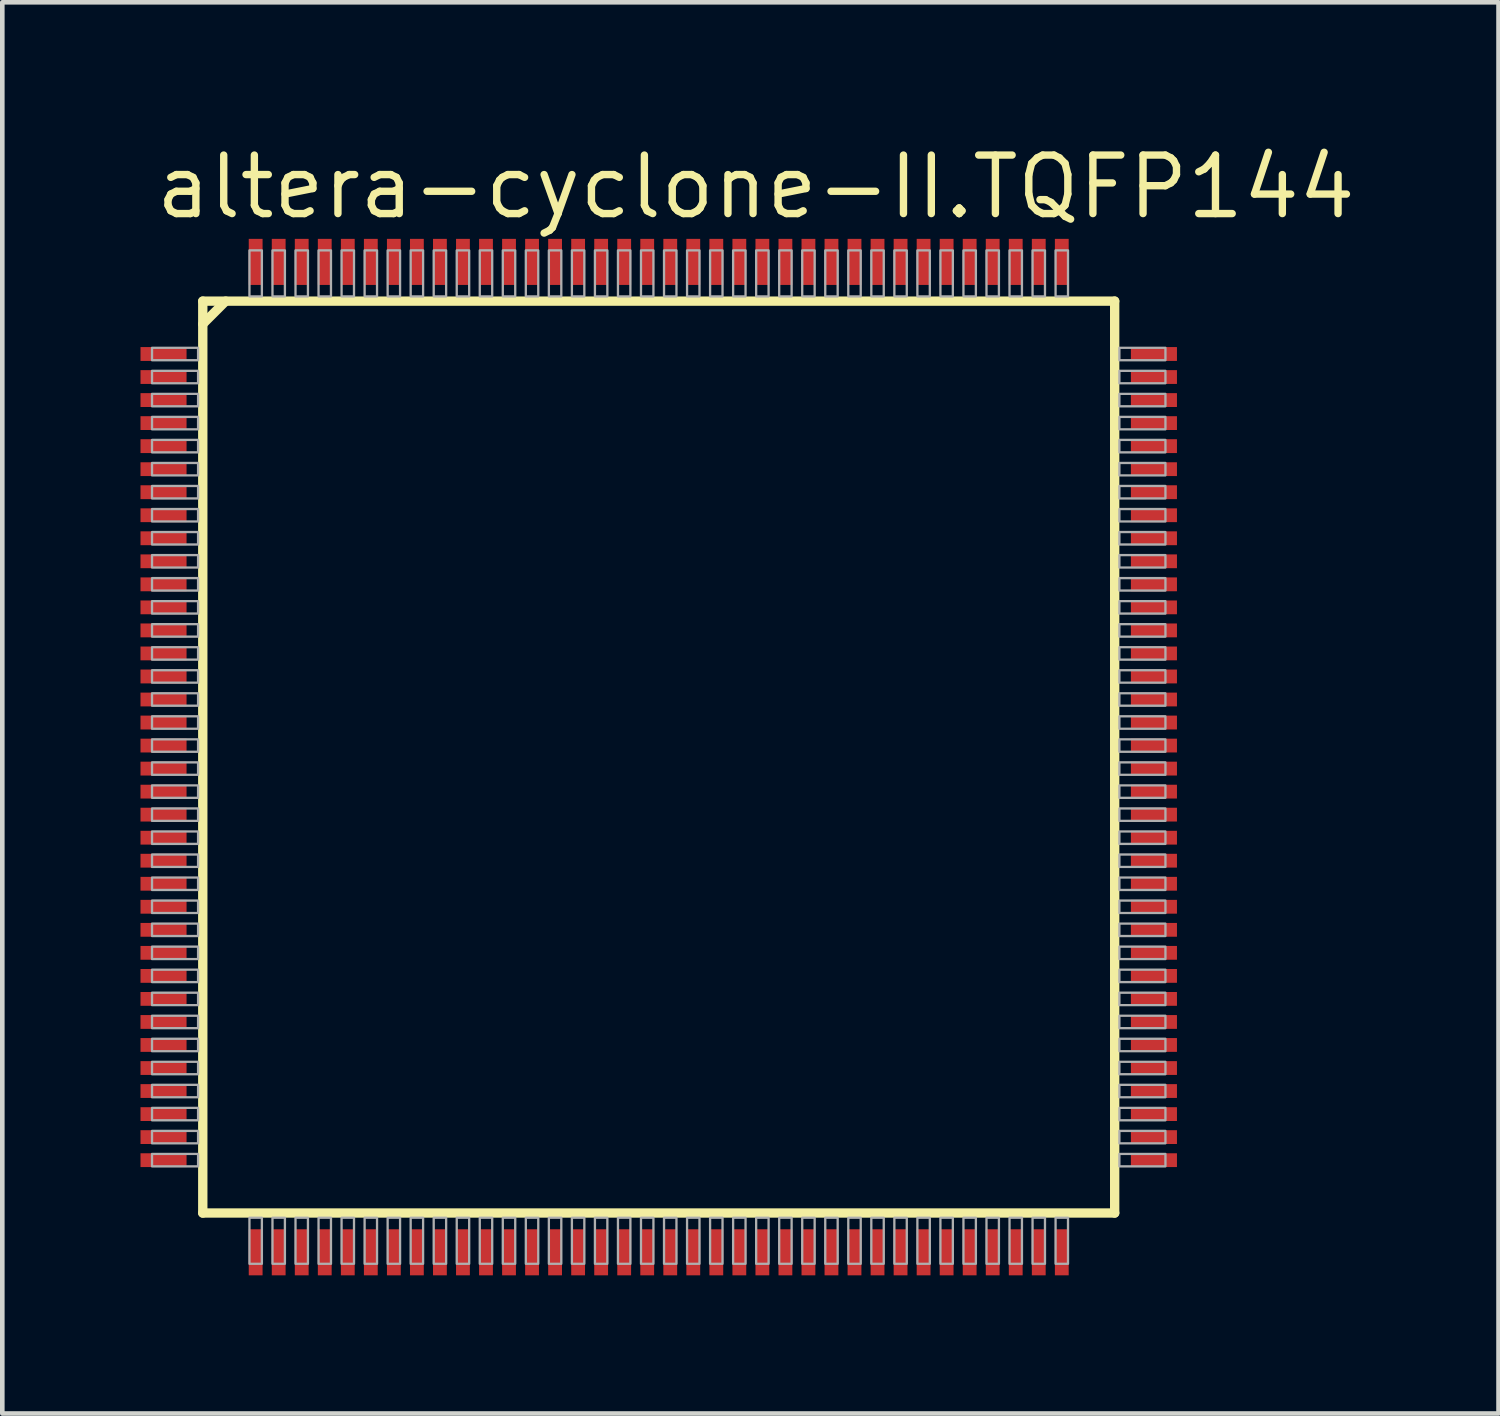
<source format=kicad_pcb>
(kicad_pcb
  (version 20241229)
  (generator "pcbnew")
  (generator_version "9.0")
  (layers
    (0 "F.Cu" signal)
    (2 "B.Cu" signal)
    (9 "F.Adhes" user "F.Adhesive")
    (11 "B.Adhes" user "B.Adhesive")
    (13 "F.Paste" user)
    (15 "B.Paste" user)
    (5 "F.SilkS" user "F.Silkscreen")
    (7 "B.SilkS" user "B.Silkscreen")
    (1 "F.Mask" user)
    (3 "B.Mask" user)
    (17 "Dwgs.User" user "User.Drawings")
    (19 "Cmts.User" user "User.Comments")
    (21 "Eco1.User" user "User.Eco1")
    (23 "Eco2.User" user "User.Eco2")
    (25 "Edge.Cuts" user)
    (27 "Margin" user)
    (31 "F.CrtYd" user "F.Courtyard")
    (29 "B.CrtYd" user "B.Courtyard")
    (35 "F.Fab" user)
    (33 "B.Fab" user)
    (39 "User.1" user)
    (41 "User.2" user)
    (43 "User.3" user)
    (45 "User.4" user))
  (footprint "altera-cyclone-II.TQFP144"
    (layer "F.Cu")
    (at 11.25 13.385)
    (property "Reference" "altera-cyclone-II.TQFP144" (at -11 -11.635 0) (layer "F.SilkS") (effects (font (size 1.27 1.27) (thickness 0.16)) (justify left bottom)))
    (attr smd)
    (fp_line (start -9.898 -9.898) (end -9.898 9.898) (stroke (width 0.203) (type default)) (layer "F.SilkS"))
    (fp_line (start -9.898 -9.4) (end -9.4 -9.898) (stroke (width 0.203) (type default)) (layer "F.SilkS"))
    (fp_line (start -9.898 9.898) (end 9.898 9.898) (stroke (width 0.203) (type default)) (layer "F.SilkS"))
    (fp_line (start 9.898 -9.898) (end -9.898 -9.898) (stroke (width 0.203) (type default)) (layer "F.SilkS"))
    (fp_line (start 9.898 9.898) (end 9.898 -9.898) (stroke (width 0.203) (type default)) (layer "F.SilkS"))
    (fp_rect (start -11 -8.615) (end -10 -8.885) (stroke (width 0.05) (type default)) (fill no) (layer "F.Fab"))
    (fp_rect (start -11 -8.115) (end -10 -8.385) (stroke (width 0.05) (type default)) (fill no) (layer "F.Fab"))
    (fp_rect (start -11 -7.615) (end -10 -7.885) (stroke (width 0.05) (type default)) (fill no) (layer "F.Fab"))
    (fp_rect (start -11 -7.115) (end -10 -7.385) (stroke (width 0.05) (type default)) (fill no) (layer "F.Fab"))
    (fp_rect (start -11 -6.615) (end -10 -6.885) (stroke (width 0.05) (type default)) (fill no) (layer "F.Fab"))
    (fp_rect (start -11 -6.115) (end -10 -6.385) (stroke (width 0.05) (type default)) (fill no) (layer "F.Fab"))
    (fp_rect (start -11 -5.615) (end -10 -5.885) (stroke (width 0.05) (type default)) (fill no) (layer "F.Fab"))
    (fp_rect (start -11 -5.115) (end -10 -5.385) (stroke (width 0.05) (type default)) (fill no) (layer "F.Fab"))
    (fp_rect (start -11 -4.615) (end -10 -4.885) (stroke (width 0.05) (type default)) (fill no) (layer "F.Fab"))
    (fp_rect (start -11 -4.115) (end -10 -4.385) (stroke (width 0.05) (type default)) (fill no) (layer "F.Fab"))
    (fp_rect (start -11 -3.615) (end -10 -3.885) (stroke (width 0.05) (type default)) (fill no) (layer "F.Fab"))
    (fp_rect (start -11 -3.115) (end -10 -3.385) (stroke (width 0.05) (type default)) (fill no) (layer "F.Fab"))
    (fp_rect (start -11 -2.615) (end -10 -2.885) (stroke (width 0.05) (type default)) (fill no) (layer "F.Fab"))
    (fp_rect (start -11 -2.115) (end -10 -2.385) (stroke (width 0.05) (type default)) (fill no) (layer "F.Fab"))
    (fp_rect (start -11 -1.615) (end -10 -1.885) (stroke (width 0.05) (type default)) (fill no) (layer "F.Fab"))
    (fp_rect (start -11 -1.115) (end -10 -1.385) (stroke (width 0.05) (type default)) (fill no) (layer "F.Fab"))
    (fp_rect (start -11 -0.615) (end -10 -0.885) (stroke (width 0.05) (type default)) (fill no) (layer "F.Fab"))
    (fp_rect (start -11 -0.115) (end -10 -0.385) (stroke (width 0.05) (type default)) (fill no) (layer "F.Fab"))
    (fp_rect (start -11 0.385) (end -10 0.115) (stroke (width 0.05) (type default)) (fill no) (layer "F.Fab"))
    (fp_rect (start -11 0.885) (end -10 0.615) (stroke (width 0.05) (type default)) (fill no) (layer "F.Fab"))
    (fp_rect (start -11 1.385) (end -10 1.115) (stroke (width 0.05) (type default)) (fill no) (layer "F.Fab"))
    (fp_rect (start -11 1.885) (end -10 1.615) (stroke (width 0.05) (type default)) (fill no) (layer "F.Fab"))
    (fp_rect (start -11 2.385) (end -10 2.115) (stroke (width 0.05) (type default)) (fill no) (layer "F.Fab"))
    (fp_rect (start -11 2.885) (end -10 2.615) (stroke (width 0.05) (type default)) (fill no) (layer "F.Fab"))
    (fp_rect (start -11 3.385) (end -10 3.115) (stroke (width 0.05) (type default)) (fill no) (layer "F.Fab"))
    (fp_rect (start -11 3.885) (end -10 3.615) (stroke (width 0.05) (type default)) (fill no) (layer "F.Fab"))
    (fp_rect (start -11 4.385) (end -10 4.115) (stroke (width 0.05) (type default)) (fill no) (layer "F.Fab"))
    (fp_rect (start -11 4.885) (end -10 4.615) (stroke (width 0.05) (type default)) (fill no) (layer "F.Fab"))
    (fp_rect (start -11 5.385) (end -10 5.115) (stroke (width 0.05) (type default)) (fill no) (layer "F.Fab"))
    (fp_rect (start -11 5.885) (end -10 5.615) (stroke (width 0.05) (type default)) (fill no) (layer "F.Fab"))
    (fp_rect (start -11 6.385) (end -10 6.115) (stroke (width 0.05) (type default)) (fill no) (layer "F.Fab"))
    (fp_rect (start -11 6.885) (end -10 6.615) (stroke (width 0.05) (type default)) (fill no) (layer "F.Fab"))
    (fp_rect (start -11 7.385) (end -10 7.115) (stroke (width 0.05) (type default)) (fill no) (layer "F.Fab"))
    (fp_rect (start -11 7.885) (end -10 7.615) (stroke (width 0.05) (type default)) (fill no) (layer "F.Fab"))
    (fp_rect (start -11 8.385) (end -10 8.115) (stroke (width 0.05) (type default)) (fill no) (layer "F.Fab"))
    (fp_rect (start -11 8.885) (end -10 8.615) (stroke (width 0.05) (type default)) (fill no) (layer "F.Fab"))
    (fp_rect (start -8.885 -10) (end -8.615 -11) (stroke (width 0.05) (type default)) (fill no) (layer "F.Fab"))
    (fp_rect (start -8.885 11) (end -8.615 10) (stroke (width 0.05) (type default)) (fill no) (layer "F.Fab"))
    (fp_rect (start -8.385 -10) (end -8.115 -11) (stroke (width 0.05) (type default)) (fill no) (layer "F.Fab"))
    (fp_rect (start -8.385 11) (end -8.115 10) (stroke (width 0.05) (type default)) (fill no) (layer "F.Fab"))
    (fp_rect (start -7.885 -10) (end -7.615 -11) (stroke (width 0.05) (type default)) (fill no) (layer "F.Fab"))
    (fp_rect (start -7.885 11) (end -7.615 10) (stroke (width 0.05) (type default)) (fill no) (layer "F.Fab"))
    (fp_rect (start -7.385 -10) (end -7.115 -11) (stroke (width 0.05) (type default)) (fill no) (layer "F.Fab"))
    (fp_rect (start -7.385 11) (end -7.115 10) (stroke (width 0.05) (type default)) (fill no) (layer "F.Fab"))
    (fp_rect (start -6.885 -10) (end -6.615 -11) (stroke (width 0.05) (type default)) (fill no) (layer "F.Fab"))
    (fp_rect (start -6.885 11) (end -6.615 10) (stroke (width 0.05) (type default)) (fill no) (layer "F.Fab"))
    (fp_rect (start -6.385 -10) (end -6.115 -11) (stroke (width 0.05) (type default)) (fill no) (layer "F.Fab"))
    (fp_rect (start -6.385 11) (end -6.115 10) (stroke (width 0.05) (type default)) (fill no) (layer "F.Fab"))
    (fp_rect (start -5.885 -10) (end -5.615 -11) (stroke (width 0.05) (type default)) (fill no) (layer "F.Fab"))
    (fp_rect (start -5.885 11) (end -5.615 10) (stroke (width 0.05) (type default)) (fill no) (layer "F.Fab"))
    (fp_rect (start -5.385 -10) (end -5.115 -11) (stroke (width 0.05) (type default)) (fill no) (layer "F.Fab"))
    (fp_rect (start -5.385 11) (end -5.115 10) (stroke (width 0.05) (type default)) (fill no) (layer "F.Fab"))
    (fp_rect (start -4.885 -10) (end -4.615 -11) (stroke (width 0.05) (type default)) (fill no) (layer "F.Fab"))
    (fp_rect (start -4.885 11) (end -4.615 10) (stroke (width 0.05) (type default)) (fill no) (layer "F.Fab"))
    (fp_rect (start -4.385 -10) (end -4.115 -11) (stroke (width 0.05) (type default)) (fill no) (layer "F.Fab"))
    (fp_rect (start -4.385 11) (end -4.115 10) (stroke (width 0.05) (type default)) (fill no) (layer "F.Fab"))
    (fp_rect (start -3.885 -10) (end -3.615 -11) (stroke (width 0.05) (type default)) (fill no) (layer "F.Fab"))
    (fp_rect (start -3.885 11) (end -3.615 10) (stroke (width 0.05) (type default)) (fill no) (layer "F.Fab"))
    (fp_rect (start -3.385 -10) (end -3.115 -11) (stroke (width 0.05) (type default)) (fill no) (layer "F.Fab"))
    (fp_rect (start -3.385 11) (end -3.115 10) (stroke (width 0.05) (type default)) (fill no) (layer "F.Fab"))
    (fp_rect (start -2.885 -10) (end -2.615 -11) (stroke (width 0.05) (type default)) (fill no) (layer "F.Fab"))
    (fp_rect (start -2.885 11) (end -2.615 10) (stroke (width 0.05) (type default)) (fill no) (layer "F.Fab"))
    (fp_rect (start -2.385 -10) (end -2.115 -11) (stroke (width 0.05) (type default)) (fill no) (layer "F.Fab"))
    (fp_rect (start -2.385 11) (end -2.115 10) (stroke (width 0.05) (type default)) (fill no) (layer "F.Fab"))
    (fp_rect (start -1.885 -10) (end -1.615 -11) (stroke (width 0.05) (type default)) (fill no) (layer "F.Fab"))
    (fp_rect (start -1.885 11) (end -1.615 10) (stroke (width 0.05) (type default)) (fill no) (layer "F.Fab"))
    (fp_rect (start -1.385 -10) (end -1.115 -11) (stroke (width 0.05) (type default)) (fill no) (layer "F.Fab"))
    (fp_rect (start -1.385 11) (end -1.115 10) (stroke (width 0.05) (type default)) (fill no) (layer "F.Fab"))
    (fp_rect (start -0.885 -10) (end -0.615 -11) (stroke (width 0.05) (type default)) (fill no) (layer "F.Fab"))
    (fp_rect (start -0.885 11) (end -0.615 10) (stroke (width 0.05) (type default)) (fill no) (layer "F.Fab"))
    (fp_rect (start -0.385 -10) (end -0.115 -11) (stroke (width 0.05) (type default)) (fill no) (layer "F.Fab"))
    (fp_rect (start -0.385 11) (end -0.115 10) (stroke (width 0.05) (type default)) (fill no) (layer "F.Fab"))
    (fp_rect (start 0.115 -10) (end 0.385 -11) (stroke (width 0.05) (type default)) (fill no) (layer "F.Fab"))
    (fp_rect (start 0.115 11) (end 0.385 10) (stroke (width 0.05) (type default)) (fill no) (layer "F.Fab"))
    (fp_rect (start 0.615 -10) (end 0.885 -11) (stroke (width 0.05) (type default)) (fill no) (layer "F.Fab"))
    (fp_rect (start 0.615 11) (end 0.885 10) (stroke (width 0.05) (type default)) (fill no) (layer "F.Fab"))
    (fp_rect (start 1.115 -10) (end 1.385 -11) (stroke (width 0.05) (type default)) (fill no) (layer "F.Fab"))
    (fp_rect (start 1.115 11) (end 1.385 10) (stroke (width 0.05) (type default)) (fill no) (layer "F.Fab"))
    (fp_rect (start 1.615 -10) (end 1.885 -11) (stroke (width 0.05) (type default)) (fill no) (layer "F.Fab"))
    (fp_rect (start 1.615 11) (end 1.885 10) (stroke (width 0.05) (type default)) (fill no) (layer "F.Fab"))
    (fp_rect (start 2.115 -10) (end 2.385 -11) (stroke (width 0.05) (type default)) (fill no) (layer "F.Fab"))
    (fp_rect (start 2.115 11) (end 2.385 10) (stroke (width 0.05) (type default)) (fill no) (layer "F.Fab"))
    (fp_rect (start 2.615 -10) (end 2.885 -11) (stroke (width 0.05) (type default)) (fill no) (layer "F.Fab"))
    (fp_rect (start 2.615 11) (end 2.885 10) (stroke (width 0.05) (type default)) (fill no) (layer "F.Fab"))
    (fp_rect (start 3.115 -10) (end 3.385 -11) (stroke (width 0.05) (type default)) (fill no) (layer "F.Fab"))
    (fp_rect (start 3.115 11) (end 3.385 10) (stroke (width 0.05) (type default)) (fill no) (layer "F.Fab"))
    (fp_rect (start 3.615 -10) (end 3.885 -11) (stroke (width 0.05) (type default)) (fill no) (layer "F.Fab"))
    (fp_rect (start 3.615 11) (end 3.885 10) (stroke (width 0.05) (type default)) (fill no) (layer "F.Fab"))
    (fp_rect (start 4.115 -10) (end 4.385 -11) (stroke (width 0.05) (type default)) (fill no) (layer "F.Fab"))
    (fp_rect (start 4.115 11) (end 4.385 10) (stroke (width 0.05) (type default)) (fill no) (layer "F.Fab"))
    (fp_rect (start 4.615 -10) (end 4.885 -11) (stroke (width 0.05) (type default)) (fill no) (layer "F.Fab"))
    (fp_rect (start 4.615 11) (end 4.885 10) (stroke (width 0.05) (type default)) (fill no) (layer "F.Fab"))
    (fp_rect (start 5.115 -10) (end 5.385 -11) (stroke (width 0.05) (type default)) (fill no) (layer "F.Fab"))
    (fp_rect (start 5.115 11) (end 5.385 10) (stroke (width 0.05) (type default)) (fill no) (layer "F.Fab"))
    (fp_rect (start 5.615 -10) (end 5.885 -11) (stroke (width 0.05) (type default)) (fill no) (layer "F.Fab"))
    (fp_rect (start 5.615 11) (end 5.885 10) (stroke (width 0.05) (type default)) (fill no) (layer "F.Fab"))
    (fp_rect (start 6.115 -10) (end 6.385 -11) (stroke (width 0.05) (type default)) (fill no) (layer "F.Fab"))
    (fp_rect (start 6.115 11) (end 6.385 10) (stroke (width 0.05) (type default)) (fill no) (layer "F.Fab"))
    (fp_rect (start 6.615 -10) (end 6.885 -11) (stroke (width 0.05) (type default)) (fill no) (layer "F.Fab"))
    (fp_rect (start 6.615 11) (end 6.885 10) (stroke (width 0.05) (type default)) (fill no) (layer "F.Fab"))
    (fp_rect (start 7.115 -10) (end 7.385 -11) (stroke (width 0.05) (type default)) (fill no) (layer "F.Fab"))
    (fp_rect (start 7.115 11) (end 7.385 10) (stroke (width 0.05) (type default)) (fill no) (layer "F.Fab"))
    (fp_rect (start 7.615 -10) (end 7.885 -11) (stroke (width 0.05) (type default)) (fill no) (layer "F.Fab"))
    (fp_rect (start 7.615 11) (end 7.885 10) (stroke (width 0.05) (type default)) (fill no) (layer "F.Fab"))
    (fp_rect (start 8.115 -10) (end 8.385 -11) (stroke (width 0.05) (type default)) (fill no) (layer "F.Fab"))
    (fp_rect (start 8.115 11) (end 8.385 10) (stroke (width 0.05) (type default)) (fill no) (layer "F.Fab"))
    (fp_rect (start 8.615 -10) (end 8.885 -11) (stroke (width 0.05) (type default)) (fill no) (layer "F.Fab"))
    (fp_rect (start 8.615 11) (end 8.885 10) (stroke (width 0.05) (type default)) (fill no) (layer "F.Fab"))
    (fp_rect (start 10 -8.615) (end 11 -8.885) (stroke (width 0.05) (type default)) (fill no) (layer "F.Fab"))
    (fp_rect (start 10 -8.115) (end 11 -8.385) (stroke (width 0.05) (type default)) (fill no) (layer "F.Fab"))
    (fp_rect (start 10 -7.615) (end 11 -7.885) (stroke (width 0.05) (type default)) (fill no) (layer "F.Fab"))
    (fp_rect (start 10 -7.115) (end 11 -7.385) (stroke (width 0.05) (type default)) (fill no) (layer "F.Fab"))
    (fp_rect (start 10 -6.615) (end 11 -6.885) (stroke (width 0.05) (type default)) (fill no) (layer "F.Fab"))
    (fp_rect (start 10 -6.115) (end 11 -6.385) (stroke (width 0.05) (type default)) (fill no) (layer "F.Fab"))
    (fp_rect (start 10 -5.615) (end 11 -5.885) (stroke (width 0.05) (type default)) (fill no) (layer "F.Fab"))
    (fp_rect (start 10 -5.115) (end 11 -5.385) (stroke (width 0.05) (type default)) (fill no) (layer "F.Fab"))
    (fp_rect (start 10 -4.615) (end 11 -4.885) (stroke (width 0.05) (type default)) (fill no) (layer "F.Fab"))
    (fp_rect (start 10 -4.115) (end 11 -4.385) (stroke (width 0.05) (type default)) (fill no) (layer "F.Fab"))
    (fp_rect (start 10 -3.615) (end 11 -3.885) (stroke (width 0.05) (type default)) (fill no) (layer "F.Fab"))
    (fp_rect (start 10 -3.115) (end 11 -3.385) (stroke (width 0.05) (type default)) (fill no) (layer "F.Fab"))
    (fp_rect (start 10 -2.615) (end 11 -2.885) (stroke (width 0.05) (type default)) (fill no) (layer "F.Fab"))
    (fp_rect (start 10 -2.115) (end 11 -2.385) (stroke (width 0.05) (type default)) (fill no) (layer "F.Fab"))
    (fp_rect (start 10 -1.615) (end 11 -1.885) (stroke (width 0.05) (type default)) (fill no) (layer "F.Fab"))
    (fp_rect (start 10 -1.115) (end 11 -1.385) (stroke (width 0.05) (type default)) (fill no) (layer "F.Fab"))
    (fp_rect (start 10 -0.615) (end 11 -0.885) (stroke (width 0.05) (type default)) (fill no) (layer "F.Fab"))
    (fp_rect (start 10 -0.115) (end 11 -0.385) (stroke (width 0.05) (type default)) (fill no) (layer "F.Fab"))
    (fp_rect (start 10 0.385) (end 11 0.115) (stroke (width 0.05) (type default)) (fill no) (layer "F.Fab"))
    (fp_rect (start 10 0.885) (end 11 0.615) (stroke (width 0.05) (type default)) (fill no) (layer "F.Fab"))
    (fp_rect (start 10 1.385) (end 11 1.115) (stroke (width 0.05) (type default)) (fill no) (layer "F.Fab"))
    (fp_rect (start 10 1.885) (end 11 1.615) (stroke (width 0.05) (type default)) (fill no) (layer "F.Fab"))
    (fp_rect (start 10 2.385) (end 11 2.115) (stroke (width 0.05) (type default)) (fill no) (layer "F.Fab"))
    (fp_rect (start 10 2.885) (end 11 2.615) (stroke (width 0.05) (type default)) (fill no) (layer "F.Fab"))
    (fp_rect (start 10 3.385) (end 11 3.115) (stroke (width 0.05) (type default)) (fill no) (layer "F.Fab"))
    (fp_rect (start 10 3.885) (end 11 3.615) (stroke (width 0.05) (type default)) (fill no) (layer "F.Fab"))
    (fp_rect (start 10 4.385) (end 11 4.115) (stroke (width 0.05) (type default)) (fill no) (layer "F.Fab"))
    (fp_rect (start 10 4.885) (end 11 4.615) (stroke (width 0.05) (type default)) (fill no) (layer "F.Fab"))
    (fp_rect (start 10 5.385) (end 11 5.115) (stroke (width 0.05) (type default)) (fill no) (layer "F.Fab"))
    (fp_rect (start 10 5.885) (end 11 5.615) (stroke (width 0.05) (type default)) (fill no) (layer "F.Fab"))
    (fp_rect (start 10 6.385) (end 11 6.115) (stroke (width 0.05) (type default)) (fill no) (layer "F.Fab"))
    (fp_rect (start 10 6.885) (end 11 6.615) (stroke (width 0.05) (type default)) (fill no) (layer "F.Fab"))
    (fp_rect (start 10 7.385) (end 11 7.115) (stroke (width 0.05) (type default)) (fill no) (layer "F.Fab"))
    (fp_rect (start 10 7.885) (end 11 7.615) (stroke (width 0.05) (type default)) (fill no) (layer "F.Fab"))
    (fp_rect (start 10 8.385) (end 11 8.115) (stroke (width 0.05) (type default)) (fill no) (layer "F.Fab"))
    (fp_rect (start 10 8.885) (end 11 8.615) (stroke (width 0.05) (type default)) (fill no) (layer "F.Fab"))
    (pad "1" smd roundrect (at -10.75 -8.75) (size 1 0.3) (layers "F.Cu" "F.Mask" "F.Paste") (roundrect_rratio 0.01))
    (pad "2" smd roundrect (at -10.75 -8.25) (size 1 0.3) (layers "F.Cu" "F.Mask" "F.Paste") (roundrect_rratio 0.01))
    (pad "3" smd roundrect (at -10.75 -7.75) (size 1 0.3) (layers "F.Cu" "F.Mask" "F.Paste") (roundrect_rratio 0.01))
    (pad "4" smd roundrect (at -10.75 -7.25) (size 1 0.3) (layers "F.Cu" "F.Mask" "F.Paste") (roundrect_rratio 0.01))
    (pad "5" smd roundrect (at -10.75 -6.75) (size 1 0.3) (layers "F.Cu" "F.Mask" "F.Paste") (roundrect_rratio 0.01))
    (pad "6" smd roundrect (at -10.75 -6.25) (size 1 0.3) (layers "F.Cu" "F.Mask" "F.Paste") (roundrect_rratio 0.01))
    (pad "7" smd roundrect (at -10.75 -5.75) (size 1 0.3) (layers "F.Cu" "F.Mask" "F.Paste") (roundrect_rratio 0.01))
    (pad "8" smd roundrect (at -10.75 -5.25) (size 1 0.3) (layers "F.Cu" "F.Mask" "F.Paste") (roundrect_rratio 0.01))
    (pad "9" smd roundrect (at -10.75 -4.75) (size 1 0.3) (layers "F.Cu" "F.Mask" "F.Paste") (roundrect_rratio 0.01))
    (pad "10" smd roundrect (at -10.75 -4.25) (size 1 0.3) (layers "F.Cu" "F.Mask" "F.Paste") (roundrect_rratio 0.01))
    (pad "11" smd roundrect (at -10.75 -3.75) (size 1 0.3) (layers "F.Cu" "F.Mask" "F.Paste") (roundrect_rratio 0.01))
    (pad "12" smd roundrect (at -10.75 -3.25) (size 1 0.3) (layers "F.Cu" "F.Mask" "F.Paste") (roundrect_rratio 0.01))
    (pad "13" smd roundrect (at -10.75 -2.75) (size 1 0.3) (layers "F.Cu" "F.Mask" "F.Paste") (roundrect_rratio 0.01))
    (pad "14" smd roundrect (at -10.75 -2.25) (size 1 0.3) (layers "F.Cu" "F.Mask" "F.Paste") (roundrect_rratio 0.01))
    (pad "15" smd roundrect (at -10.75 -1.75) (size 1 0.3) (layers "F.Cu" "F.Mask" "F.Paste") (roundrect_rratio 0.01))
    (pad "16" smd roundrect (at -10.75 -1.25) (size 1 0.3) (layers "F.Cu" "F.Mask" "F.Paste") (roundrect_rratio 0.01))
    (pad "17" smd roundrect (at -10.75 -0.75) (size 1 0.3) (layers "F.Cu" "F.Mask" "F.Paste") (roundrect_rratio 0.01))
    (pad "18" smd roundrect (at -10.75 -0.25) (size 1 0.3) (layers "F.Cu" "F.Mask" "F.Paste") (roundrect_rratio 0.01))
    (pad "19" smd roundrect (at -10.75 0.25) (size 1 0.3) (layers "F.Cu" "F.Mask" "F.Paste") (roundrect_rratio 0.01))
    (pad "20" smd roundrect (at -10.75 0.75) (size 1 0.3) (layers "F.Cu" "F.Mask" "F.Paste") (roundrect_rratio 0.01))
    (pad "21" smd roundrect (at -10.75 1.25) (size 1 0.3) (layers "F.Cu" "F.Mask" "F.Paste") (roundrect_rratio 0.01))
    (pad "22" smd roundrect (at -10.75 1.75) (size 1 0.3) (layers "F.Cu" "F.Mask" "F.Paste") (roundrect_rratio 0.01))
    (pad "23" smd roundrect (at -10.75 2.25) (size 1 0.3) (layers "F.Cu" "F.Mask" "F.Paste") (roundrect_rratio 0.01))
    (pad "24" smd roundrect (at -10.75 2.75) (size 1 0.3) (layers "F.Cu" "F.Mask" "F.Paste") (roundrect_rratio 0.01))
    (pad "25" smd roundrect (at -10.75 3.25) (size 1 0.3) (layers "F.Cu" "F.Mask" "F.Paste") (roundrect_rratio 0.01))
    (pad "26" smd roundrect (at -10.75 3.75) (size 1 0.3) (layers "F.Cu" "F.Mask" "F.Paste") (roundrect_rratio 0.01))
    (pad "27" smd roundrect (at -10.75 4.25) (size 1 0.3) (layers "F.Cu" "F.Mask" "F.Paste") (roundrect_rratio 0.01))
    (pad "28" smd roundrect (at -10.75 4.75) (size 1 0.3) (layers "F.Cu" "F.Mask" "F.Paste") (roundrect_rratio 0.01))
    (pad "29" smd roundrect (at -10.75 5.25) (size 1 0.3) (layers "F.Cu" "F.Mask" "F.Paste") (roundrect_rratio 0.01))
    (pad "30" smd roundrect (at -10.75 5.75) (size 1 0.3) (layers "F.Cu" "F.Mask" "F.Paste") (roundrect_rratio 0.01))
    (pad "31" smd roundrect (at -10.75 6.25) (size 1 0.3) (layers "F.Cu" "F.Mask" "F.Paste") (roundrect_rratio 0.01))
    (pad "32" smd roundrect (at -10.75 6.75) (size 1 0.3) (layers "F.Cu" "F.Mask" "F.Paste") (roundrect_rratio 0.01))
    (pad "33" smd roundrect (at -10.75 7.25) (size 1 0.3) (layers "F.Cu" "F.Mask" "F.Paste") (roundrect_rratio 0.01))
    (pad "34" smd roundrect (at -10.75 7.75) (size 1 0.3) (layers "F.Cu" "F.Mask" "F.Paste") (roundrect_rratio 0.01))
    (pad "35" smd roundrect (at -10.75 8.25) (size 1 0.3) (layers "F.Cu" "F.Mask" "F.Paste") (roundrect_rratio 0.01))
    (pad "36" smd roundrect (at -10.75 8.75) (size 1 0.3) (layers "F.Cu" "F.Mask" "F.Paste") (roundrect_rratio 0.01))
    (pad "37" smd roundrect (at -8.75 10.75) (size 0.3 1) (layers "F.Cu" "F.Mask" "F.Paste") (roundrect_rratio 0.01))
    (pad "38" smd roundrect (at -8.25 10.75) (size 0.3 1) (layers "F.Cu" "F.Mask" "F.Paste") (roundrect_rratio 0.01))
    (pad "39" smd roundrect (at -7.75 10.75) (size 0.3 1) (layers "F.Cu" "F.Mask" "F.Paste") (roundrect_rratio 0.01))
    (pad "40" smd roundrect (at -7.25 10.75) (size 0.3 1) (layers "F.Cu" "F.Mask" "F.Paste") (roundrect_rratio 0.01))
    (pad "41" smd roundrect (at -6.75 10.75) (size 0.3 1) (layers "F.Cu" "F.Mask" "F.Paste") (roundrect_rratio 0.01))
    (pad "42" smd roundrect (at -6.25 10.75) (size 0.3 1) (layers "F.Cu" "F.Mask" "F.Paste") (roundrect_rratio 0.01))
    (pad "43" smd roundrect (at -5.75 10.75) (size 0.3 1) (layers "F.Cu" "F.Mask" "F.Paste") (roundrect_rratio 0.01))
    (pad "44" smd roundrect (at -5.25 10.75) (size 0.3 1) (layers "F.Cu" "F.Mask" "F.Paste") (roundrect_rratio 0.01))
    (pad "45" smd roundrect (at -4.75 10.75) (size 0.3 1) (layers "F.Cu" "F.Mask" "F.Paste") (roundrect_rratio 0.01))
    (pad "46" smd roundrect (at -4.25 10.75) (size 0.3 1) (layers "F.Cu" "F.Mask" "F.Paste") (roundrect_rratio 0.01))
    (pad "47" smd roundrect (at -3.75 10.75) (size 0.3 1) (layers "F.Cu" "F.Mask" "F.Paste") (roundrect_rratio 0.01))
    (pad "48" smd roundrect (at -3.25 10.75) (size 0.3 1) (layers "F.Cu" "F.Mask" "F.Paste") (roundrect_rratio 0.01))
    (pad "49" smd roundrect (at -2.75 10.75) (size 0.3 1) (layers "F.Cu" "F.Mask" "F.Paste") (roundrect_rratio 0.01))
    (pad "50" smd roundrect (at -2.25 10.75) (size 0.3 1) (layers "F.Cu" "F.Mask" "F.Paste") (roundrect_rratio 0.01))
    (pad "51" smd roundrect (at -1.75 10.75) (size 0.3 1) (layers "F.Cu" "F.Mask" "F.Paste") (roundrect_rratio 0.01))
    (pad "52" smd roundrect (at -1.25 10.75) (size 0.3 1) (layers "F.Cu" "F.Mask" "F.Paste") (roundrect_rratio 0.01))
    (pad "53" smd roundrect (at -0.75 10.75) (size 0.3 1) (layers "F.Cu" "F.Mask" "F.Paste") (roundrect_rratio 0.01))
    (pad "54" smd roundrect (at -0.25 10.75) (size 0.3 1) (layers "F.Cu" "F.Mask" "F.Paste") (roundrect_rratio 0.01))
    (pad "55" smd roundrect (at 0.25 10.75) (size 0.3 1) (layers "F.Cu" "F.Mask" "F.Paste") (roundrect_rratio 0.01))
    (pad "56" smd roundrect (at 0.75 10.75) (size 0.3 1) (layers "F.Cu" "F.Mask" "F.Paste") (roundrect_rratio 0.01))
    (pad "57" smd roundrect (at 1.25 10.75) (size 0.3 1) (layers "F.Cu" "F.Mask" "F.Paste") (roundrect_rratio 0.01))
    (pad "58" smd roundrect (at 1.75 10.75) (size 0.3 1) (layers "F.Cu" "F.Mask" "F.Paste") (roundrect_rratio 0.01))
    (pad "59" smd roundrect (at 2.25 10.75) (size 0.3 1) (layers "F.Cu" "F.Mask" "F.Paste") (roundrect_rratio 0.01))
    (pad "60" smd roundrect (at 2.75 10.75) (size 0.3 1) (layers "F.Cu" "F.Mask" "F.Paste") (roundrect_rratio 0.01))
    (pad "61" smd roundrect (at 3.25 10.75) (size 0.3 1) (layers "F.Cu" "F.Mask" "F.Paste") (roundrect_rratio 0.01))
    (pad "62" smd roundrect (at 3.75 10.75) (size 0.3 1) (layers "F.Cu" "F.Mask" "F.Paste") (roundrect_rratio 0.01))
    (pad "63" smd roundrect (at 4.25 10.75) (size 0.3 1) (layers "F.Cu" "F.Mask" "F.Paste") (roundrect_rratio 0.01))
    (pad "64" smd roundrect (at 4.75 10.75) (size 0.3 1) (layers "F.Cu" "F.Mask" "F.Paste") (roundrect_rratio 0.01))
    (pad "65" smd roundrect (at 5.25 10.75) (size 0.3 1) (layers "F.Cu" "F.Mask" "F.Paste") (roundrect_rratio 0.01))
    (pad "66" smd roundrect (at 5.75 10.75) (size 0.3 1) (layers "F.Cu" "F.Mask" "F.Paste") (roundrect_rratio 0.01))
    (pad "67" smd roundrect (at 6.25 10.75) (size 0.3 1) (layers "F.Cu" "F.Mask" "F.Paste") (roundrect_rratio 0.01))
    (pad "68" smd roundrect (at 6.75 10.75) (size 0.3 1) (layers "F.Cu" "F.Mask" "F.Paste") (roundrect_rratio 0.01))
    (pad "69" smd roundrect (at 7.25 10.75) (size 0.3 1) (layers "F.Cu" "F.Mask" "F.Paste") (roundrect_rratio 0.01))
    (pad "70" smd roundrect (at 7.75 10.75) (size 0.3 1) (layers "F.Cu" "F.Mask" "F.Paste") (roundrect_rratio 0.01))
    (pad "71" smd roundrect (at 8.25 10.75) (size 0.3 1) (layers "F.Cu" "F.Mask" "F.Paste") (roundrect_rratio 0.01))
    (pad "72" smd roundrect (at 8.75 10.75) (size 0.3 1) (layers "F.Cu" "F.Mask" "F.Paste") (roundrect_rratio 0.01))
    (pad "73" smd roundrect (at 10.75 8.75) (size 1 0.3) (layers "F.Cu" "F.Mask" "F.Paste") (roundrect_rratio 0.01))
    (pad "74" smd roundrect (at 10.75 8.25) (size 1 0.3) (layers "F.Cu" "F.Mask" "F.Paste") (roundrect_rratio 0.01))
    (pad "75" smd roundrect (at 10.75 7.75) (size 1 0.3) (layers "F.Cu" "F.Mask" "F.Paste") (roundrect_rratio 0.01))
    (pad "76" smd roundrect (at 10.75 7.25) (size 1 0.3) (layers "F.Cu" "F.Mask" "F.Paste") (roundrect_rratio 0.01))
    (pad "77" smd roundrect (at 10.75 6.75) (size 1 0.3) (layers "F.Cu" "F.Mask" "F.Paste") (roundrect_rratio 0.01))
    (pad "78" smd roundrect (at 10.75 6.25) (size 1 0.3) (layers "F.Cu" "F.Mask" "F.Paste") (roundrect_rratio 0.01))
    (pad "79" smd roundrect (at 10.75 5.75) (size 1 0.3) (layers "F.Cu" "F.Mask" "F.Paste") (roundrect_rratio 0.01))
    (pad "80" smd roundrect (at 10.75 5.25) (size 1 0.3) (layers "F.Cu" "F.Mask" "F.Paste") (roundrect_rratio 0.01))
    (pad "81" smd roundrect (at 10.75 4.75) (size 1 0.3) (layers "F.Cu" "F.Mask" "F.Paste") (roundrect_rratio 0.01))
    (pad "82" smd roundrect (at 10.75 4.25) (size 1 0.3) (layers "F.Cu" "F.Mask" "F.Paste") (roundrect_rratio 0.01))
    (pad "83" smd roundrect (at 10.75 3.75) (size 1 0.3) (layers "F.Cu" "F.Mask" "F.Paste") (roundrect_rratio 0.01))
    (pad "84" smd roundrect (at 10.75 3.25) (size 1 0.3) (layers "F.Cu" "F.Mask" "F.Paste") (roundrect_rratio 0.01))
    (pad "85" smd roundrect (at 10.75 2.75) (size 1 0.3) (layers "F.Cu" "F.Mask" "F.Paste") (roundrect_rratio 0.01))
    (pad "86" smd roundrect (at 10.75 2.25) (size 1 0.3) (layers "F.Cu" "F.Mask" "F.Paste") (roundrect_rratio 0.01))
    (pad "87" smd roundrect (at 10.75 1.75) (size 1 0.3) (layers "F.Cu" "F.Mask" "F.Paste") (roundrect_rratio 0.01))
    (pad "88" smd roundrect (at 10.75 1.25) (size 1 0.3) (layers "F.Cu" "F.Mask" "F.Paste") (roundrect_rratio 0.01))
    (pad "89" smd roundrect (at 10.75 0.75) (size 1 0.3) (layers "F.Cu" "F.Mask" "F.Paste") (roundrect_rratio 0.01))
    (pad "90" smd roundrect (at 10.75 0.25) (size 1 0.3) (layers "F.Cu" "F.Mask" "F.Paste") (roundrect_rratio 0.01))
    (pad "91" smd roundrect (at 10.75 -0.25) (size 1 0.3) (layers "F.Cu" "F.Mask" "F.Paste") (roundrect_rratio 0.01))
    (pad "92" smd roundrect (at 10.75 -0.75) (size 1 0.3) (layers "F.Cu" "F.Mask" "F.Paste") (roundrect_rratio 0.01))
    (pad "93" smd roundrect (at 10.75 -1.25) (size 1 0.3) (layers "F.Cu" "F.Mask" "F.Paste") (roundrect_rratio 0.01))
    (pad "94" smd roundrect (at 10.75 -1.75) (size 1 0.3) (layers "F.Cu" "F.Mask" "F.Paste") (roundrect_rratio 0.01))
    (pad "95" smd roundrect (at 10.75 -2.25) (size 1 0.3) (layers "F.Cu" "F.Mask" "F.Paste") (roundrect_rratio 0.01))
    (pad "96" smd roundrect (at 10.75 -2.75) (size 1 0.3) (layers "F.Cu" "F.Mask" "F.Paste") (roundrect_rratio 0.01))
    (pad "97" smd roundrect (at 10.75 -3.25) (size 1 0.3) (layers "F.Cu" "F.Mask" "F.Paste") (roundrect_rratio 0.01))
    (pad "98" smd roundrect (at 10.75 -3.75) (size 1 0.3) (layers "F.Cu" "F.Mask" "F.Paste") (roundrect_rratio 0.01))
    (pad "99" smd roundrect (at 10.75 -4.25) (size 1 0.3) (layers "F.Cu" "F.Mask" "F.Paste") (roundrect_rratio 0.01))
    (pad "100" smd roundrect (at 10.75 -4.75) (size 1 0.3) (layers "F.Cu" "F.Mask" "F.Paste") (roundrect_rratio 0.01))
    (pad "101" smd roundrect (at 10.75 -5.25) (size 1 0.3) (layers "F.Cu" "F.Mask" "F.Paste") (roundrect_rratio 0.01))
    (pad "102" smd roundrect (at 10.75 -5.75) (size 1 0.3) (layers "F.Cu" "F.Mask" "F.Paste") (roundrect_rratio 0.01))
    (pad "103" smd roundrect (at 10.75 -6.25) (size 1 0.3) (layers "F.Cu" "F.Mask" "F.Paste") (roundrect_rratio 0.01))
    (pad "104" smd roundrect (at 10.75 -6.75) (size 1 0.3) (layers "F.Cu" "F.Mask" "F.Paste") (roundrect_rratio 0.01))
    (pad "105" smd roundrect (at 10.75 -7.25) (size 1 0.3) (layers "F.Cu" "F.Mask" "F.Paste") (roundrect_rratio 0.01))
    (pad "106" smd roundrect (at 10.75 -7.75) (size 1 0.3) (layers "F.Cu" "F.Mask" "F.Paste") (roundrect_rratio 0.01))
    (pad "107" smd roundrect (at 10.75 -8.25) (size 1 0.3) (layers "F.Cu" "F.Mask" "F.Paste") (roundrect_rratio 0.01))
    (pad "108" smd roundrect (at 10.75 -8.75) (size 1 0.3) (layers "F.Cu" "F.Mask" "F.Paste") (roundrect_rratio 0.01))
    (pad "109" smd roundrect (at 8.75 -10.75) (size 0.3 1) (layers "F.Cu" "F.Mask" "F.Paste") (roundrect_rratio 0.01))
    (pad "110" smd roundrect (at 8.25 -10.75) (size 0.3 1) (layers "F.Cu" "F.Mask" "F.Paste") (roundrect_rratio 0.01))
    (pad "111" smd roundrect (at 7.75 -10.75) (size 0.3 1) (layers "F.Cu" "F.Mask" "F.Paste") (roundrect_rratio 0.01))
    (pad "112" smd roundrect (at 7.25 -10.75) (size 0.3 1) (layers "F.Cu" "F.Mask" "F.Paste") (roundrect_rratio 0.01))
    (pad "113" smd roundrect (at 6.75 -10.75) (size 0.3 1) (layers "F.Cu" "F.Mask" "F.Paste") (roundrect_rratio 0.01))
    (pad "114" smd roundrect (at 6.25 -10.75) (size 0.3 1) (layers "F.Cu" "F.Mask" "F.Paste") (roundrect_rratio 0.01))
    (pad "115" smd roundrect (at 5.75 -10.75) (size 0.3 1) (layers "F.Cu" "F.Mask" "F.Paste") (roundrect_rratio 0.01))
    (pad "116" smd roundrect (at 5.25 -10.75) (size 0.3 1) (layers "F.Cu" "F.Mask" "F.Paste") (roundrect_rratio 0.01))
    (pad "117" smd roundrect (at 4.75 -10.75) (size 0.3 1) (layers "F.Cu" "F.Mask" "F.Paste") (roundrect_rratio 0.01))
    (pad "118" smd roundrect (at 4.25 -10.75) (size 0.3 1) (layers "F.Cu" "F.Mask" "F.Paste") (roundrect_rratio 0.01))
    (pad "119" smd roundrect (at 3.75 -10.75) (size 0.3 1) (layers "F.Cu" "F.Mask" "F.Paste") (roundrect_rratio 0.01))
    (pad "120" smd roundrect (at 3.25 -10.75) (size 0.3 1) (layers "F.Cu" "F.Mask" "F.Paste") (roundrect_rratio 0.01))
    (pad "121" smd roundrect (at 2.75 -10.75) (size 0.3 1) (layers "F.Cu" "F.Mask" "F.Paste") (roundrect_rratio 0.01))
    (pad "122" smd roundrect (at 2.25 -10.75) (size 0.3 1) (layers "F.Cu" "F.Mask" "F.Paste") (roundrect_rratio 0.01))
    (pad "123" smd roundrect (at 1.75 -10.75) (size 0.3 1) (layers "F.Cu" "F.Mask" "F.Paste") (roundrect_rratio 0.01))
    (pad "124" smd roundrect (at 1.25 -10.75) (size 0.3 1) (layers "F.Cu" "F.Mask" "F.Paste") (roundrect_rratio 0.01))
    (pad "125" smd roundrect (at 0.75 -10.75) (size 0.3 1) (layers "F.Cu" "F.Mask" "F.Paste") (roundrect_rratio 0.01))
    (pad "126" smd roundrect (at 0.25 -10.75) (size 0.3 1) (layers "F.Cu" "F.Mask" "F.Paste") (roundrect_rratio 0.01))
    (pad "127" smd roundrect (at -0.25 -10.75) (size 0.3 1) (layers "F.Cu" "F.Mask" "F.Paste") (roundrect_rratio 0.01))
    (pad "128" smd roundrect (at -0.75 -10.75) (size 0.3 1) (layers "F.Cu" "F.Mask" "F.Paste") (roundrect_rratio 0.01))
    (pad "129" smd roundrect (at -1.25 -10.75) (size 0.3 1) (layers "F.Cu" "F.Mask" "F.Paste") (roundrect_rratio 0.01))
    (pad "130" smd roundrect (at -1.75 -10.75) (size 0.3 1) (layers "F.Cu" "F.Mask" "F.Paste") (roundrect_rratio 0.01))
    (pad "131" smd roundrect (at -2.25 -10.75) (size 0.3 1) (layers "F.Cu" "F.Mask" "F.Paste") (roundrect_rratio 0.01))
    (pad "132" smd roundrect (at -2.75 -10.75) (size 0.3 1) (layers "F.Cu" "F.Mask" "F.Paste") (roundrect_rratio 0.01))
    (pad "133" smd roundrect (at -3.25 -10.75) (size 0.3 1) (layers "F.Cu" "F.Mask" "F.Paste") (roundrect_rratio 0.01))
    (pad "134" smd roundrect (at -3.75 -10.75) (size 0.3 1) (layers "F.Cu" "F.Mask" "F.Paste") (roundrect_rratio 0.01))
    (pad "135" smd roundrect (at -4.25 -10.75) (size 0.3 1) (layers "F.Cu" "F.Mask" "F.Paste") (roundrect_rratio 0.01))
    (pad "136" smd roundrect (at -4.75 -10.75) (size 0.3 1) (layers "F.Cu" "F.Mask" "F.Paste") (roundrect_rratio 0.01))
    (pad "137" smd roundrect (at -5.25 -10.75) (size 0.3 1) (layers "F.Cu" "F.Mask" "F.Paste") (roundrect_rratio 0.01))
    (pad "138" smd roundrect (at -5.75 -10.75) (size 0.3 1) (layers "F.Cu" "F.Mask" "F.Paste") (roundrect_rratio 0.01))
    (pad "139" smd roundrect (at -6.25 -10.75) (size 0.3 1) (layers "F.Cu" "F.Mask" "F.Paste") (roundrect_rratio 0.01))
    (pad "140" smd roundrect (at -6.75 -10.75) (size 0.3 1) (layers "F.Cu" "F.Mask" "F.Paste") (roundrect_rratio 0.01))
    (pad "141" smd roundrect (at -7.25 -10.75) (size 0.3 1) (layers "F.Cu" "F.Mask" "F.Paste") (roundrect_rratio 0.01))
    (pad "142" smd roundrect (at -7.75 -10.75) (size 0.3 1) (layers "F.Cu" "F.Mask" "F.Paste") (roundrect_rratio 0.01))
    (pad "143" smd roundrect (at -8.25 -10.75) (size 0.3 1) (layers "F.Cu" "F.Mask" "F.Paste") (roundrect_rratio 0.01))
    (pad "144" smd roundrect (at -8.75 -10.75) (size 0.3 1) (layers "F.Cu" "F.Mask" "F.Paste") (roundrect_rratio 0.01)))
  (gr_rect
    (start -3 -3)
    (end 29.481 27.635)
    (stroke (width 0.1) (type default))
    (fill no)
    (layer "Edge.Cuts")))
</source>
